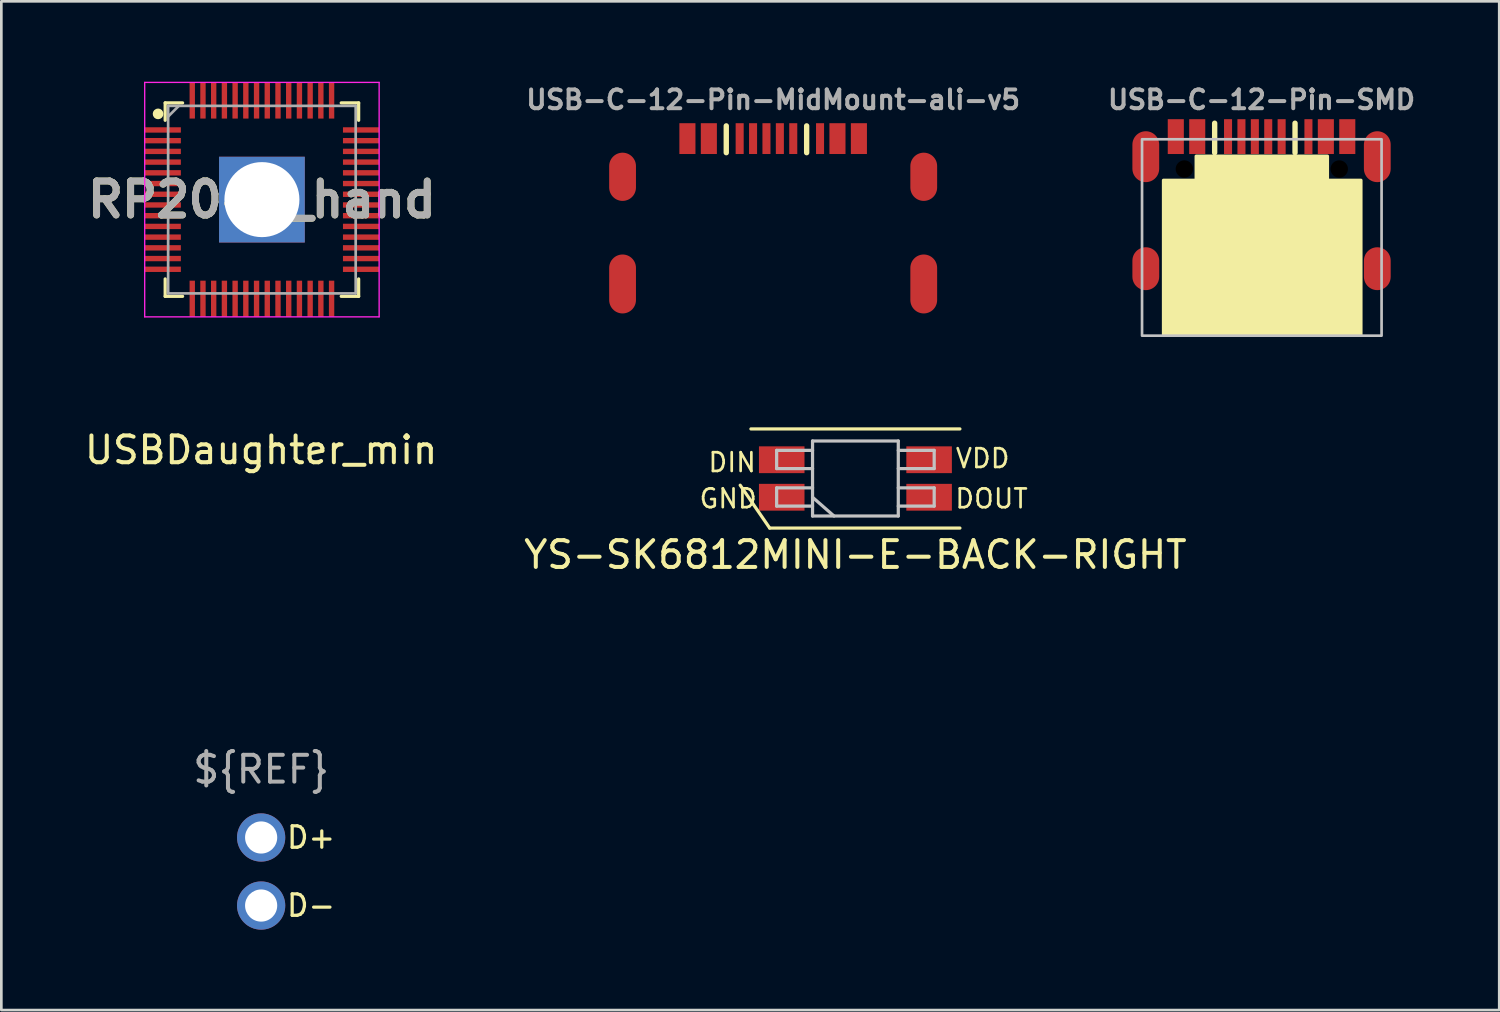
<source format=kicad_pcb>
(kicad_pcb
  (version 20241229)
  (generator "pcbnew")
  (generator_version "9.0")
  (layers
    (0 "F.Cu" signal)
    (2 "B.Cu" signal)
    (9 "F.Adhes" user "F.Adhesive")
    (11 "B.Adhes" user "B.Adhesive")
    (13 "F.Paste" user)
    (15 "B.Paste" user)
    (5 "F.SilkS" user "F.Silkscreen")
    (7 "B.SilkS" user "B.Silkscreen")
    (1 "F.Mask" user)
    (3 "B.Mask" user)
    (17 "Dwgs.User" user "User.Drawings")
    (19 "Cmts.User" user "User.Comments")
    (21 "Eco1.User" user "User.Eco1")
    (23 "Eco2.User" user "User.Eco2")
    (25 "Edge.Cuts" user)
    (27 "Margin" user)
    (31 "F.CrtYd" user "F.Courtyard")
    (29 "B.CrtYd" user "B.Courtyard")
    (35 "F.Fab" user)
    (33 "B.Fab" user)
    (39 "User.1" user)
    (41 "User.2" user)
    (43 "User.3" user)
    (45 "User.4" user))
  (footprint "USB-C-12-Pin-MidMount-ali-v5"
    (layer "F.Cu")
    (at 25.805 9.648)
    (property "Reference" "USB-C-12-Pin-MidMount-ali-v5" (at 0 -8.975 180) (layer "F.Fab") (effects (font (size 0.7 0.7) (thickness 0.15))))
    (attr smd)
    (fp_line (start -1.75 -7) (end -1.75 -8) (stroke (width 0.2) (type solid)) (layer "F.SilkS"))
    (fp_line (start 1.25 -7) (end 1.25 -8) (stroke (width 0.2) (type solid)) (layer "F.SilkS"))
    (pad "" smd oval (at -5.62 -6.1 180) (size 1 1.8) (layers "F.Cu" "F.Mask" "F.Paste"))
    (pad "" smd oval (at -5.62 -2.1 180) (size 1 2.2) (layers "F.Cu" "F.Mask" "F.Paste"))
    (pad "" smd oval (at 5.62 -6.1 180) (size 1 1.8) (layers "F.Cu" "F.Mask" "F.Paste"))
    (pad "" smd oval (at 5.62 -2.1 180) (size 1 2.2) (layers "F.Cu" "F.Mask" "F.Paste"))
    (pad "1" smd rect (at -2.4 -7.525 180) (size 0.6 1.15) (layers "F.Cu" "F.Mask" "F.Paste"))
    (pad "1" smd rect (at 2.4 -7.525 180) (size 0.6 1.15) (layers "F.Cu" "F.Mask" "F.Paste"))
    (pad "2" smd rect (at -0.75 -7.525 180) (size 0.3 1.15) (layers "F.Cu" "F.Mask" "F.Paste"))
    (pad "2" smd rect (at 0.25 -7.525 180) (size 0.3 1.15) (layers "F.Cu" "F.Mask" "F.Paste"))
    (pad "3" smd rect (at -0.25 -7.525 180) (size 0.3 1.15) (layers "F.Cu" "F.Mask" "F.Paste"))
    (pad "3" smd rect (at 0.75 -7.525 180) (size 0.3 1.15) (layers "F.Cu" "F.Mask" "F.Paste"))
    (pad "4" smd rect (at -3.2 -7.525 180) (size 0.6 1.15) (layers "F.Cu" "F.Mask" "F.Paste"))
    (pad "4" smd rect (at 3.2 -7.525 180) (size 0.6 1.15) (layers "F.Cu" "F.Mask" "F.Paste"))
    (pad "5" smd rect (at -1.25 -7.525 180) (size 0.3 1.15) (layers "F.Cu" "F.Mask" "F.Paste"))
    (pad "6" smd rect (at 1.75 -7.525 180) (size 0.3 1.15) (layers "F.Cu" "F.Mask" "F.Paste")))
  (footprint "RP2040_hand"
    (layer "F.Cu")
    (at 6.725 4.4)
    (property "Reference" "RP2040_hand" (at 0 0 0) (layer "F.SilkS") (effects (font (size 1.27 1.27) (thickness 0.254))))
    (attr smd)
    (fp_line (start -3.61 -3.61) (end -3.61 -2.96) (stroke (width 0.12) (type solid)) (layer "F.SilkS"))
    (fp_line (start -3.61 3.61) (end -3.61 2.96) (stroke (width 0.12) (type solid)) (layer "F.SilkS"))
    (fp_line (start -2.96 -3.61) (end -3.61 -3.61) (stroke (width 0.12) (type solid)) (layer "F.SilkS"))
    (fp_line (start -2.96 3.61) (end -3.61 3.61) (stroke (width 0.12) (type solid)) (layer "F.SilkS"))
    (fp_line (start 2.96 -3.61) (end 3.61 -3.61) (stroke (width 0.12) (type solid)) (layer "F.SilkS"))
    (fp_line (start 2.96 3.61) (end 3.61 3.61) (stroke (width 0.12) (type solid)) (layer "F.SilkS"))
    (fp_line (start 3.61 -3.61) (end 3.61 -2.96) (stroke (width 0.12) (type solid)) (layer "F.SilkS"))
    (fp_line (start 3.61 3.61) (end 3.61 2.96) (stroke (width 0.12) (type solid)) (layer "F.SilkS"))
    (fp_circle (center -3.875 -3.2) (end -3.875 -3.1) (stroke (width 0.2) (type solid)) (fill no) (layer "F.SilkS"))
    (fp_line (start -4.375 -4.375) (end 4.375 -4.375) (stroke (width 0.05) (type solid)) (layer "F.CrtYd"))
    (fp_line (start -4.375 4.375) (end -4.375 -4.375) (stroke (width 0.05) (type solid)) (layer "F.CrtYd"))
    (fp_line (start 4.375 -4.375) (end 4.375 4.375) (stroke (width 0.05) (type solid)) (layer "F.CrtYd"))
    (fp_line (start 4.375 4.375) (end -4.375 4.375) (stroke (width 0.05) (type solid)) (layer "F.CrtYd"))
    (fp_line (start -3.5 -3.5) (end 3.5 -3.5) (stroke (width 0.1) (type solid)) (layer "F.Fab"))
    (fp_line (start -3.5 -3.1) (end -3.1 -3.5) (stroke (width 0.1) (type solid)) (layer "F.Fab"))
    (fp_line (start -3.5 3.5) (end -3.5 -3.5) (stroke (width 0.1) (type solid)) (layer "F.Fab"))
    (fp_line (start 3.5 -3.5) (end 3.5 3.5) (stroke (width 0.1) (type solid)) (layer "F.Fab"))
    (fp_line (start 3.5 3.5) (end -3.5 3.5) (stroke (width 0.1) (type solid)) (layer "F.Fab"))
    (fp_text user "${REFERENCE}" (at 0 0 0) (layer "F.Fab") (effects (font (size 1.27 1.27) (thickness 0.254))))
    (pad "1" smd rect (at -3.7 -2.6 90) (size 0.2 1.35) (layers "F.Cu" "F.Mask" "F.Paste"))
    (pad "2" smd rect (at -3.7 -2.2 90) (size 0.2 1.35) (layers "F.Cu" "F.Mask" "F.Paste"))
    (pad "3" smd rect (at -3.7 -1.8 90) (size 0.2 1.35) (layers "F.Cu" "F.Mask" "F.Paste"))
    (pad "4" smd rect (at -3.7 -1.4 90) (size 0.2 1.35) (layers "F.Cu" "F.Mask" "F.Paste"))
    (pad "5" smd rect (at -3.7 -1 90) (size 0.2 1.35) (layers "F.Cu" "F.Mask" "F.Paste"))
    (pad "6" smd rect (at -3.7 -0.6 90) (size 0.2 1.35) (layers "F.Cu" "F.Mask" "F.Paste"))
    (pad "7" smd rect (at -3.7 -0.2 90) (size 0.2 1.35) (layers "F.Cu" "F.Mask" "F.Paste"))
    (pad "8" smd rect (at -3.7 0.2 90) (size 0.2 1.35) (layers "F.Cu" "F.Mask" "F.Paste"))
    (pad "9" smd rect (at -3.7 0.6 90) (size 0.2 1.35) (layers "F.Cu" "F.Mask" "F.Paste"))
    (pad "10" smd rect (at -3.7 1 90) (size 0.2 1.35) (layers "F.Cu" "F.Mask" "F.Paste"))
    (pad "11" smd rect (at -3.7 1.4 90) (size 0.2 1.35) (layers "F.Cu" "F.Mask" "F.Paste"))
    (pad "12" smd rect (at -3.7 1.8 90) (size 0.2 1.35) (layers "F.Cu" "F.Mask" "F.Paste"))
    (pad "13" smd rect (at -3.7 2.2 90) (size 0.2 1.35) (layers "F.Cu" "F.Mask" "F.Paste"))
    (pad "14" smd rect (at -3.7 2.6 90) (size 0.2 1.35) (layers "F.Cu" "F.Mask" "F.Paste"))
    (pad "15" smd rect (at -2.6 3.7) (size 0.2 1.35) (layers "F.Cu" "F.Mask" "F.Paste"))
    (pad "16" smd rect (at -2.2 3.7) (size 0.2 1.35) (layers "F.Cu" "F.Mask" "F.Paste"))
    (pad "17" smd rect (at -1.8 3.7) (size 0.2 1.35) (layers "F.Cu" "F.Mask" "F.Paste"))
    (pad "18" smd rect (at -1.4 3.7) (size 0.2 1.35) (layers "F.Cu" "F.Mask" "F.Paste"))
    (pad "19" smd rect (at -1 3.7) (size 0.2 1.35) (layers "F.Cu" "F.Mask" "F.Paste"))
    (pad "20" smd rect (at -0.6 3.7) (size 0.2 1.35) (layers "F.Cu" "F.Mask" "F.Paste"))
    (pad "21" smd rect (at -0.2 3.7) (size 0.2 1.35) (layers "F.Cu" "F.Mask" "F.Paste"))
    (pad "22" smd rect (at 0.2 3.7) (size 0.2 1.35) (layers "F.Cu" "F.Mask" "F.Paste"))
    (pad "23" smd rect (at 0.6 3.7) (size 0.2 1.35) (layers "F.Cu" "F.Mask" "F.Paste"))
    (pad "24" smd rect (at 1 3.7) (size 0.2 1.35) (layers "F.Cu" "F.Mask" "F.Paste"))
    (pad "25" smd rect (at 1.4 3.7) (size 0.2 1.35) (layers "F.Cu" "F.Mask" "F.Paste"))
    (pad "26" smd rect (at 1.8 3.7) (size 0.2 1.35) (layers "F.Cu" "F.Mask" "F.Paste"))
    (pad "27" smd rect (at 2.2 3.7) (size 0.2 1.35) (layers "F.Cu" "F.Mask" "F.Paste"))
    (pad "28" smd rect (at 2.6 3.7) (size 0.2 1.35) (layers "F.Cu" "F.Mask" "F.Paste"))
    (pad "29" smd rect (at 3.7 2.6 90) (size 0.2 1.35) (layers "F.Cu" "F.Mask" "F.Paste"))
    (pad "30" smd rect (at 3.7 2.2 90) (size 0.2 1.35) (layers "F.Cu" "F.Mask" "F.Paste"))
    (pad "31" smd rect (at 3.7 1.8 90) (size 0.2 1.35) (layers "F.Cu" "F.Mask" "F.Paste"))
    (pad "32" smd rect (at 3.7 1.4 90) (size 0.2 1.35) (layers "F.Cu" "F.Mask" "F.Paste"))
    (pad "33" smd rect (at 3.7 1 90) (size 0.2 1.35) (layers "F.Cu" "F.Mask" "F.Paste"))
    (pad "34" smd rect (at 3.7 0.6 90) (size 0.2 1.35) (layers "F.Cu" "F.Mask" "F.Paste"))
    (pad "35" smd rect (at 3.7 0.2 90) (size 0.2 1.35) (layers "F.Cu" "F.Mask" "F.Paste"))
    (pad "36" smd rect (at 3.7 -0.2 90) (size 0.2 1.35) (layers "F.Cu" "F.Mask" "F.Paste"))
    (pad "37" smd rect (at 3.7 -0.6 90) (size 0.2 1.35) (layers "F.Cu" "F.Mask" "F.Paste"))
    (pad "38" smd rect (at 3.7 -1 90) (size 0.2 1.35) (layers "F.Cu" "F.Mask" "F.Paste"))
    (pad "39" smd rect (at 3.7 -1.4 90) (size 0.2 1.35) (layers "F.Cu" "F.Mask" "F.Paste"))
    (pad "40" smd rect (at 3.7 -1.8 90) (size 0.2 1.35) (layers "F.Cu" "F.Mask" "F.Paste"))
    (pad "41" smd rect (at 3.7 -2.2 90) (size 0.2 1.35) (layers "F.Cu" "F.Mask" "F.Paste"))
    (pad "42" smd rect (at 3.7 -2.6 90) (size 0.2 1.35) (layers "F.Cu" "F.Mask" "F.Paste"))
    (pad "43" smd rect (at 2.6 -3.7) (size 0.2 1.35) (layers "F.Cu" "F.Mask" "F.Paste"))
    (pad "44" smd rect (at 2.2 -3.7) (size 0.2 1.35) (layers "F.Cu" "F.Mask" "F.Paste"))
    (pad "45" smd rect (at 1.8 -3.7) (size 0.2 1.35) (layers "F.Cu" "F.Mask" "F.Paste"))
    (pad "46" smd rect (at 1.4 -3.7) (size 0.2 1.35) (layers "F.Cu" "F.Mask" "F.Paste"))
    (pad "47" smd rect (at 1 -3.7) (size 0.2 1.35) (layers "F.Cu" "F.Mask" "F.Paste"))
    (pad "48" smd rect (at 0.6 -3.7) (size 0.2 1.35) (layers "F.Cu" "F.Mask" "F.Paste"))
    (pad "49" smd rect (at 0.2 -3.7) (size 0.2 1.35) (layers "F.Cu" "F.Mask" "F.Paste"))
    (pad "50" smd rect (at -0.2 -3.7) (size 0.2 1.35) (layers "F.Cu" "F.Mask" "F.Paste"))
    (pad "51" smd rect (at -0.6 -3.7) (size 0.2 1.35) (layers "F.Cu" "F.Mask" "F.Paste"))
    (pad "52" smd rect (at -1 -3.7) (size 0.2 1.35) (layers "F.Cu" "F.Mask" "F.Paste"))
    (pad "53" smd rect (at -1.4 -3.7) (size 0.2 1.35) (layers "F.Cu" "F.Mask" "F.Paste"))
    (pad "54" smd rect (at -1.8 -3.7) (size 0.2 1.35) (layers "F.Cu" "F.Mask" "F.Paste"))
    (pad "55" smd rect (at -2.2 -3.7) (size 0.2 1.35) (layers "F.Cu" "F.Mask" "F.Paste"))
    (pad "56" smd rect (at -2.6 -3.7) (size 0.2 1.35) (layers "F.Cu" "F.Mask" "F.Paste"))
    (pad "57" thru_hole rect (at 0 0) (size 3.2 3.2) (drill 2.8) (layers "*.Cu" "*.Mask")))
  (footprint "USB-C-12-Pin-SMD"
    (layer "F.Cu")
    (at 44.042 6.878)
    (property "Reference" "USB-C-12-Pin-SMD" (at -0.01 -6.205 180) (layer "F.Fab") (effects (font (size 0.7 0.7) (thickness 0.15))))
    (attr smd)
    (fp_line (start -1.76 -4.23) (end -1.76 -5.33) (stroke (width 0.2) (type solid)) (layer "F.SilkS"))
    (fp_line (start 1.24 -4.23) (end 1.24 -5.33) (stroke (width 0.2) (type solid)) (layer "F.SilkS"))
    (fp_rect (start -3.67 -3.2) (end 3.7 2.578) (stroke (width 0.12) (type solid)) (fill yes) (layer "F.SilkS"))
    (fp_rect (start -2.45 -4.1) (end 2.45 -2.85) (stroke (width 0.12) (type solid)) (fill yes) (layer "F.SilkS"))
    (fp_rect (start -4.47 -4.73) (end 4.47 2.6) (stroke (width 0.1) (type solid)) (fill no) (layer "Dwgs.User"))
    (pad "" smd oval (at -4.33 -4.08 180) (size 1 1.9) (layers "F.Cu" "F.Mask" "F.Paste"))
    (pad "" smd oval (at -4.33 0.1 180) (size 1 1.6) (layers "F.Cu" "F.Mask" "F.Paste"))
    (pad "" np_thru_hole circle (at -2.89 -3.62 180) (size 0.65 0.65) (drill 0.65) (layers "*.Mask"))
    (pad "" np_thru_hole circle (at 2.89 -3.62 180) (size 0.65 0.65) (drill 0.65) (layers "*.Mask"))
    (pad "" smd oval (at 4.31 -4.08 180) (size 1 1.9) (layers "F.Cu" "F.Mask" "F.Paste"))
    (pad "" smd oval (at 4.31 0.1 180) (size 1 1.6) (layers "F.Cu" "F.Mask" "F.Paste"))
    (pad "1" smd rect (at -2.41 -4.83 180) (size 0.6 1.3) (layers "F.Cu" "F.Mask" "F.Paste"))
    (pad "1" smd rect (at 2.39 -4.83 180) (size 0.6 1.3) (layers "F.Cu" "F.Mask" "F.Paste"))
    (pad "2" smd rect (at -0.76 -4.83 180) (size 0.3 1.3) (layers "F.Cu" "F.Mask" "F.Paste"))
    (pad "2" smd rect (at 0.24 -4.83 180) (size 0.3 1.3) (layers "F.Cu" "F.Mask" "F.Paste"))
    (pad "3" smd rect (at -0.26 -4.83 180) (size 0.3 1.3) (layers "F.Cu" "F.Mask" "F.Paste"))
    (pad "3" smd rect (at 0.74 -4.83 180) (size 0.3 1.3) (layers "F.Cu" "F.Mask" "F.Paste"))
    (pad "4" smd rect (at -3.21 -4.83 180) (size 0.6 1.3) (layers "F.Cu" "F.Mask" "F.Paste"))
    (pad "4" smd rect (at 3.19 -4.83 180) (size 0.6 1.3) (layers "F.Cu" "F.Mask" "F.Paste"))
    (pad "5" smd rect (at -1.26 -4.83 180) (size 0.3 1.3) (layers "F.Cu" "F.Mask" "F.Paste"))
    (pad "6" smd rect (at 1.74 -4.83 180) (size 0.3 1.3) (layers "F.Cu" "F.Mask" "F.Paste")))
  (footprint "YS-SK6812MINI-E-BACK-RIGHT"
    (layer "F.Cu")
    (at 28.875 14.808)
    (property "Reference" "YS-SK6812MINI-E-BACK-RIGHT" (at 0 2.845 0) (layer "F.SilkS") (effects (font (size 1 1) (thickness 0.15))))
    (attr through_hole)
    (fp_line (start -4.3 0.25) (end -3.2 1.85) (stroke (width 0.12) (type solid)) (layer "F.SilkS"))
    (fp_line (start -3.2 1.85) (end 3.9 1.85) (stroke (width 0.12) (type solid)) (layer "F.SilkS"))
    (fp_line (start 3.9 -1.85) (end -3.9 -1.85) (stroke (width 0.12) (type solid)) (layer "F.SilkS"))
    (fp_line (start -2.94 -1.05) (end -2.94 -0.37) (stroke (width 0.12) (type solid)) (layer "Dwgs.User"))
    (fp_line (start -2.94 -0.37) (end -1.6 -0.37) (stroke (width 0.12) (type solid)) (layer "Dwgs.User"))
    (fp_line (start -2.94 0.35) (end -2.94 1.03) (stroke (width 0.12) (type solid)) (layer "Dwgs.User"))
    (fp_line (start -2.94 1.03) (end -1.6 1.03) (stroke (width 0.12) (type solid)) (layer "Dwgs.User"))
    (fp_line (start -1.6 -1.4) (end -1.6 1.4) (stroke (width 0.12) (type solid)) (layer "Dwgs.User"))
    (fp_line (start -1.6 -1.4) (end 1.6 -1.4) (stroke (width 0.12) (type solid)) (layer "Dwgs.User"))
    (fp_line (start -1.6 -1.05) (end -2.94 -1.05) (stroke (width 0.12) (type solid)) (layer "Dwgs.User"))
    (fp_line (start -1.6 0.35) (end -2.94 0.35) (stroke (width 0.12) (type solid)) (layer "Dwgs.User"))
    (fp_line (start -1.6 0.7) (end -0.8 1.4) (stroke (width 0.12) (type solid)) (layer "Dwgs.User"))
    (fp_line (start -1.6 1.4) (end 1.6 1.4) (stroke (width 0.12) (type solid)) (layer "Dwgs.User"))
    (fp_line (start 1.6 -1.4) (end 1.6 1.4) (stroke (width 0.12) (type solid)) (layer "Dwgs.User"))
    (fp_line (start 1.6 -0.37) (end 2.94 -0.37) (stroke (width 0.12) (type solid)) (layer "Dwgs.User"))
    (fp_line (start 1.6 1.03) (end 2.94 1.03) (stroke (width 0.12) (type solid)) (layer "Dwgs.User"))
    (fp_line (start 2.94 -1.05) (end 1.6 -1.05) (stroke (width 0.12) (type solid)) (layer "Dwgs.User"))
    (fp_line (start 2.94 -0.37) (end 2.94 -1.05) (stroke (width 0.12) (type solid)) (layer "Dwgs.User"))
    (fp_line (start 2.94 0.35) (end 1.6 0.35) (stroke (width 0.12) (type solid)) (layer "Dwgs.User"))
    (fp_line (start 2.94 1.03) (end 2.94 0.35) (stroke (width 0.12) (type solid)) (layer "Dwgs.User"))
    (fp_text user "GND" (at -4.75 0.75 0) (layer "F.SilkS") (effects (font (size 0.7 0.7) (thickness 0.1))))
    (fp_text user "DOUT" (at 5.08 0.752 0) (layer "F.SilkS") (effects (font (size 0.7 0.7) (thickness 0.1))))
    (fp_text user "DIN" (at -4.6 -0.6 0) (layer "F.SilkS") (effects (font (size 0.7 0.7) (thickness 0.1))))
    (fp_text user "VDD" (at 4.75 -0.75 0) (layer "F.SilkS") (effects (font (size 0.7 0.7) (thickness 0.1))))
    (pad "1" smd rect (at 2.75 -0.7) (size 1.7 1) (layers "F.Cu" "F.Mask" "F.Paste"))
    (pad "2" smd rect (at 2.75 0.7) (size 1.7 1) (layers "F.Cu" "F.Mask" "F.Paste"))
    (pad "3" smd rect (at -2.75 0.7) (size 1.7 1) (layers "F.Cu" "F.Mask" "F.Paste"))
    (pad "4" smd rect (at -2.75 -0.7) (size 1.7 1) (layers "F.Cu" "F.Mask" "F.Paste")))
  (footprint "USBDaughter_min"
    (layer "F.Cu")
    (at 6.696 30.746)
    (property "Reference" "USBDaughter_min" (at 0 -17 0) (unlocked yes) (layer "F.SilkS") (effects (font (size 1 1) (thickness 0.15))))
    (attr through_hole)
    (fp_text user "D-" (at 0.889 0 0) (unlocked yes) (layer "F.SilkS") (effects (font (size 0.8 0.8) (thickness 0.12)) (justify left)))
    (fp_text user "D+" (at 0.889 -2.54 0) (unlocked yes) (layer "F.SilkS") (effects (font (size 0.8 0.8) (thickness 0.12)) (justify left)))
    (fp_text user "${REF}" (at 0 -5.08 0) (unlocked yes) (layer "F.Fab") (effects (font (size 1 1) (thickness 0.15))))
    (pad "1" thru_hole circle (at 0 -2.54) (size 1.8 1.8) (drill 1.2) (layers "*.Cu" "*.Mask"))
    (pad "2" thru_hole circle (at 0 0) (size 1.8 1.8) (drill 1.2) (layers "*.Cu" "*.Mask")))
  (gr_rect
    (start -3 -3)
    (end 52.903 34.646)
    (stroke (width 0.1) (type default))
    (fill no)
    (layer "Edge.Cuts")))
</source>
